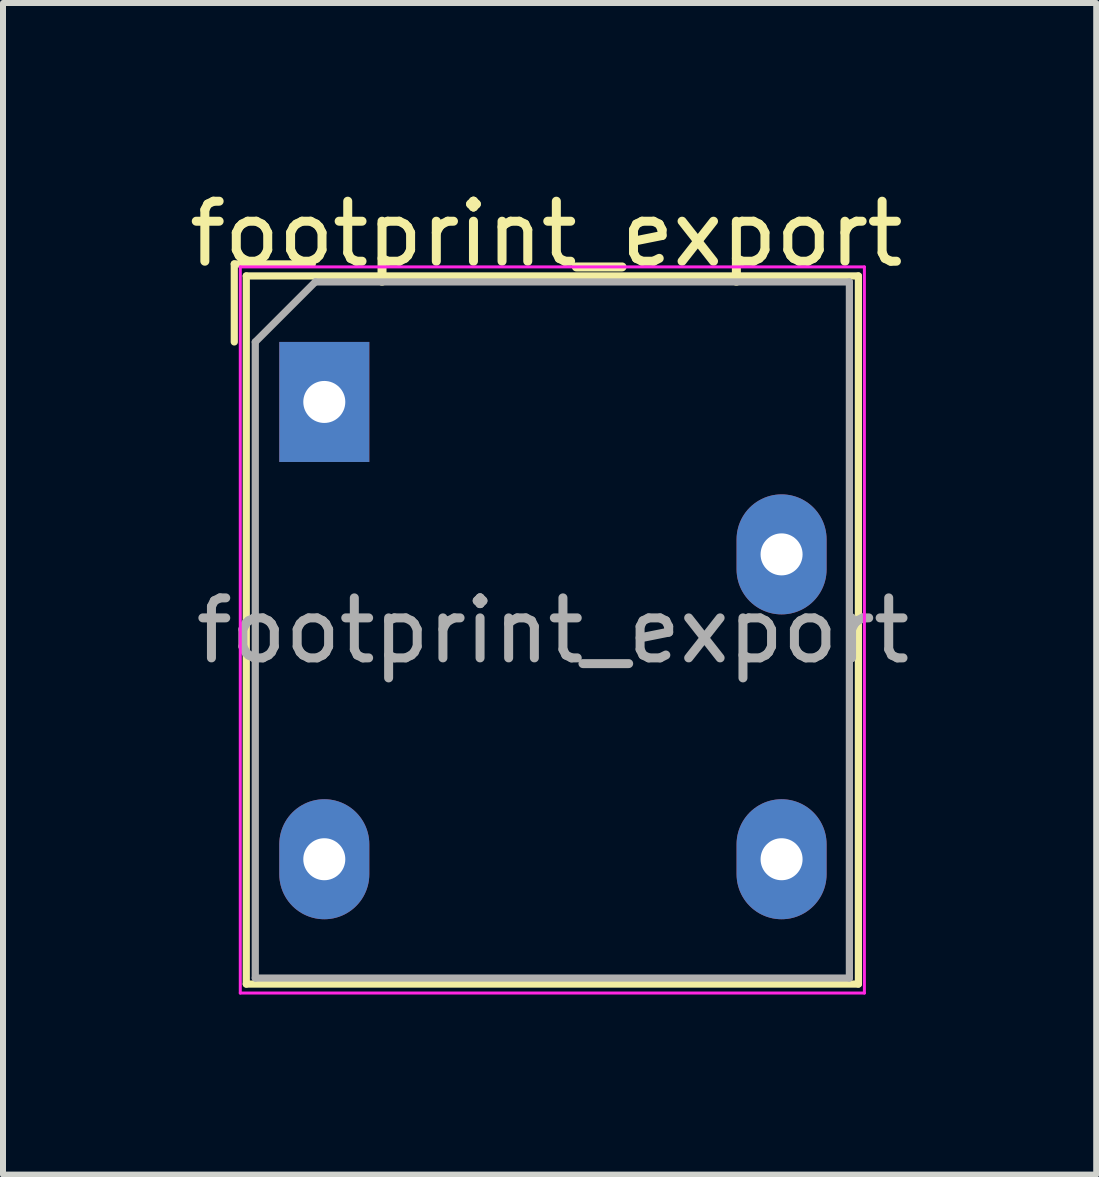
<source format=kicad_pcb>
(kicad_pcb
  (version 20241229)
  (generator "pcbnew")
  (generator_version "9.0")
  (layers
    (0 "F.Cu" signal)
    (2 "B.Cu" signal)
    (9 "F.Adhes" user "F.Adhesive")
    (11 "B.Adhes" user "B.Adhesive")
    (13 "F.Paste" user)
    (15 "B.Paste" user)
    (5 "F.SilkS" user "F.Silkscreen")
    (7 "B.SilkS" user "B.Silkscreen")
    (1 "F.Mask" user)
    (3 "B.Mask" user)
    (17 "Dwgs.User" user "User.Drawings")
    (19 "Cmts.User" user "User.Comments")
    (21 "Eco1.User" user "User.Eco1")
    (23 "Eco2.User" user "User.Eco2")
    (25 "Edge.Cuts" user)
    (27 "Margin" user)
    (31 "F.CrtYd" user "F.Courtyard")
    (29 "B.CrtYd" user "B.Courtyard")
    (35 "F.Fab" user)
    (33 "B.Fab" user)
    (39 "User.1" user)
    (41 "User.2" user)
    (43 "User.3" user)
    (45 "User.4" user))
  (footprint "footprint_export"
    (layer "F.Cu")
    (at 2.354 3.648)
    (property "Reference" "footprint_export" (at 3.7 -2.8 0) (layer "F.SilkS") (effects (font (size 1 1) (thickness 0.15))))
    (attr through_hole)
    (fp_line (start -1.5 -1) (end -1.5 -2.3) (stroke (width 0.12) (type solid)) (layer "F.SilkS"))
    (fp_line (start -1.3 -2.1) (end 8.9 -2.1) (stroke (width 0.12) (type solid)) (layer "F.SilkS"))
    (fp_line (start -1.3 9.7) (end -1.3 -2.1) (stroke (width 0.12) (type solid)) (layer "F.SilkS"))
    (fp_line (start -0.2 -2.3) (end -1.5 -2.3) (stroke (width 0.12) (type solid)) (layer "F.SilkS"))
    (fp_line (start 8.9 -2.1) (end 8.9 9.7) (stroke (width 0.12) (type solid)) (layer "F.SilkS"))
    (fp_line (start 8.9 9.7) (end -1.3 9.7) (stroke (width 0.12) (type solid)) (layer "F.SilkS"))
    (fp_line (start -1.4 -2.25) (end -1.4 9.85) (stroke (width 0.05) (type solid)) (layer "F.CrtYd"))
    (fp_line (start -1.4 -2.25) (end 9 -2.25) (stroke (width 0.05) (type solid)) (layer "F.CrtYd"))
    (fp_line (start 9 9.85) (end -1.4 9.85) (stroke (width 0.05) (type solid)) (layer "F.CrtYd"))
    (fp_line (start 9 9.85) (end 9 -2.25) (stroke (width 0.05) (type solid)) (layer "F.CrtYd"))
    (fp_line (start -1.15 -1) (end -0.15 -2) (stroke (width 0.12) (type solid)) (layer "F.Fab"))
    (fp_line (start -1.15 9.6) (end -1.15 -1) (stroke (width 0.12) (type solid)) (layer "F.Fab"))
    (fp_line (start -0.15 -2) (end 8.75 -2) (stroke (width 0.12) (type solid)) (layer "F.Fab"))
    (fp_line (start 8.75 -2) (end 8.75 9.6) (stroke (width 0.12) (type solid)) (layer "F.Fab"))
    (fp_line (start 8.75 9.6) (end -1.15 9.6) (stroke (width 0.12) (type solid)) (layer "F.Fab"))
    (fp_text user "${REFERENCE}" (at 3.81 3.81 0) (layer "F.Fab") (effects (font (size 1 1) (thickness 0.15))))
    (pad "1" thru_hole rect (at 0 0) (size 1.5 2) (drill 0.7) (layers "*.Cu" "*.Mask"))
    (pad "4" thru_hole oval (at 0 7.62) (size 1.5 2) (drill 0.7) (layers "*.Cu" "*.Mask"))
    (pad "5" thru_hole oval (at 7.62 7.62) (size 1.5 2) (drill 0.7) (layers "*.Cu" "*.Mask"))
    (pad "7" thru_hole oval (at 7.62 2.54) (size 1.5 2) (drill 0.7) (layers "*.Cu" "*.Mask")))
  (gr_rect
    (start -3 -3)
    (end 15.217 16.523)
    (stroke (width 0.1) (type default))
    (fill no)
    (layer "Edge.Cuts")))
</source>
